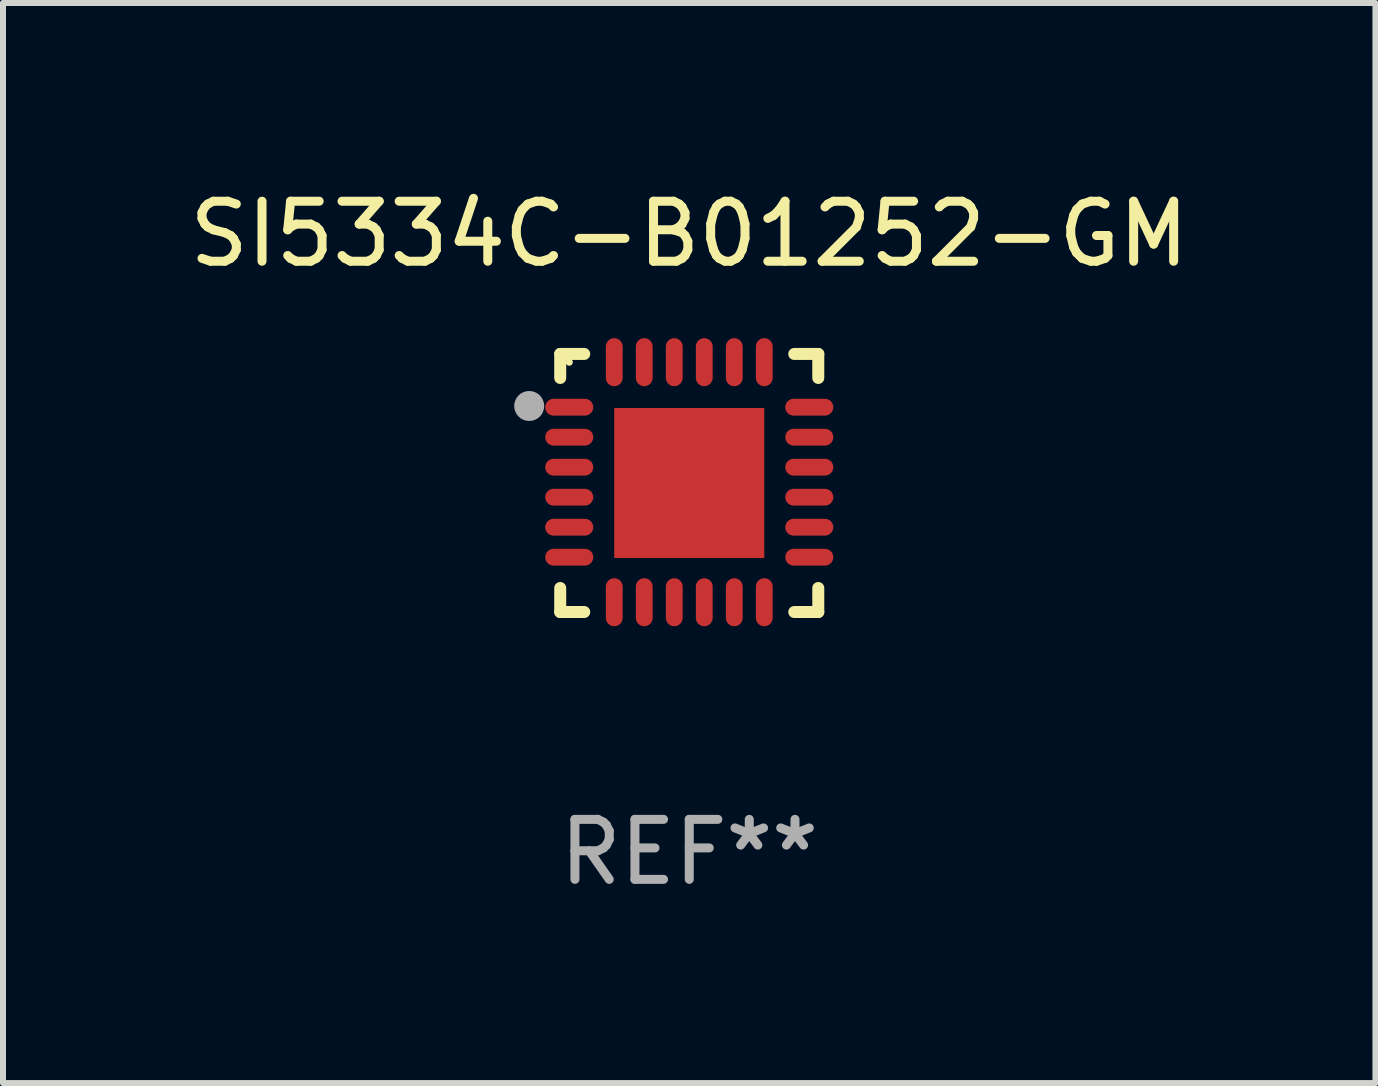
<source format=kicad_pcb>
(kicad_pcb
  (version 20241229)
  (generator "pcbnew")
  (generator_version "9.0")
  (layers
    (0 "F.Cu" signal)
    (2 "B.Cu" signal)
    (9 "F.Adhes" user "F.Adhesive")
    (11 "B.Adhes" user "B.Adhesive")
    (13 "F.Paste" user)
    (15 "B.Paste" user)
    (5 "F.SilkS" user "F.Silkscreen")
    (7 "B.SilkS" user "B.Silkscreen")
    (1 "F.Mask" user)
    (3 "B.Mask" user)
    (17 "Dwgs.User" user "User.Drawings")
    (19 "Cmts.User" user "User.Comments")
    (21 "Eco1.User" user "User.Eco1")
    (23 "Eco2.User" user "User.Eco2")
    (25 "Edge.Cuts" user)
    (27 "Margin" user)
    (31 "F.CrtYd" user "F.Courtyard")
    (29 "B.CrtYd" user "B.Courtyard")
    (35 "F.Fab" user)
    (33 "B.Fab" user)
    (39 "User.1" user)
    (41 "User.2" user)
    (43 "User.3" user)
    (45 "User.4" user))
  (footprint "SI5334C-B01252-GM"
    (layer "F.Cu")
    (at 8.435 4.998)
    (property "Reference" "SI5334C-B01252-GM" (at 0 -4.15 0) (layer "F.SilkS") (effects (font (size 1 1) (thickness 0.15))))
    (attr through_hole)
    (fp_line (start -2.15 -2.15) (end -1.75 -2.15) (stroke (width 0.2) (type solid)) (layer "F.SilkS"))
    (fp_line (start -2.15 -1.75) (end -2.15 -2.15) (stroke (width 0.2) (type solid)) (layer "F.SilkS"))
    (fp_line (start -2.15 2.15) (end -2.15 1.75) (stroke (width 0.2) (type solid)) (layer "F.SilkS"))
    (fp_line (start -1.75 2.15) (end -2.15 2.15) (stroke (width 0.2) (type solid)) (layer "F.SilkS"))
    (fp_line (start 1.75 -2.15) (end 2.15 -2.15) (stroke (width 0.2) (type solid)) (layer "F.SilkS"))
    (fp_line (start 1.75 2.15) (end 2.15 2.15) (stroke (width 0.2) (type solid)) (layer "F.SilkS"))
    (fp_line (start 2.15 -2.15) (end 2.15 -1.75) (stroke (width 0.2) (type solid)) (layer "F.SilkS"))
    (fp_line (start 2.15 2.15) (end 2.15 1.75) (stroke (width 0.2) (type solid)) (layer "F.SilkS"))
    (fp_circle (center -2 -2.013) (end -1.97 -2.013) (stroke (width 0.06) (type solid)) (fill no) (layer "F.SilkS"))
    (fp_circle (center -2.667 -1.283) (end -2.542 -1.283) (stroke (width 0.25) (type solid)) (fill no) (layer "F.Fab"))
    (fp_text user "REF**" (at 0 6.15 0) (layer "F.Fab") (effects (font (size 1 1) (thickness 0.15))))
    (pad "1" smd oval (at -2 -1.263) (size 0.8 0.28) (layers "F.Cu" "F.Mask" "F.Paste"))
    (pad "2" smd oval (at -2 -0.763) (size 0.8 0.28) (layers "F.Cu" "F.Mask" "F.Paste"))
    (pad "3" smd oval (at -2 -0.263) (size 0.8 0.28) (layers "F.Cu" "F.Mask" "F.Paste"))
    (pad "4" smd oval (at -2 0.237) (size 0.8 0.28) (layers "F.Cu" "F.Mask" "F.Paste"))
    (pad "5" smd oval (at -2 0.737) (size 0.8 0.28) (layers "F.Cu" "F.Mask" "F.Paste"))
    (pad "6" smd oval (at -2 1.237) (size 0.8 0.28) (layers "F.Cu" "F.Mask" "F.Paste"))
    (pad "7" smd oval (at -1.25 1.987) (size 0.28 0.8) (layers "F.Cu" "F.Mask" "F.Paste"))
    (pad "8" smd oval (at -0.75 1.987) (size 0.28 0.8) (layers "F.Cu" "F.Mask" "F.Paste"))
    (pad "9" smd oval (at -0.25 1.987) (size 0.28 0.8) (layers "F.Cu" "F.Mask" "F.Paste"))
    (pad "10" smd oval (at 0.25 1.987) (size 0.28 0.8) (layers "F.Cu" "F.Mask" "F.Paste"))
    (pad "11" smd oval (at 0.75 1.987) (size 0.28 0.8) (layers "F.Cu" "F.Mask" "F.Paste"))
    (pad "12" smd oval (at 1.25 1.987) (size 0.28 0.8) (layers "F.Cu" "F.Mask" "F.Paste"))
    (pad "13" smd oval (at 2 1.237) (size 0.8 0.28) (layers "F.Cu" "F.Mask" "F.Paste"))
    (pad "14" smd oval (at 2 0.737) (size 0.8 0.28) (layers "F.Cu" "F.Mask" "F.Paste"))
    (pad "15" smd oval (at 2 0.237) (size 0.8 0.28) (layers "F.Cu" "F.Mask" "F.Paste"))
    (pad "16" smd oval (at 2 -0.263) (size 0.8 0.28) (layers "F.Cu" "F.Mask" "F.Paste"))
    (pad "17" smd oval (at 2 -0.763) (size 0.8 0.28) (layers "F.Cu" "F.Mask" "F.Paste"))
    (pad "18" smd oval (at 2 -1.263) (size 0.8 0.28) (layers "F.Cu" "F.Mask" "F.Paste"))
    (pad "19" smd oval (at 1.25 -2.013) (size 0.28 0.8) (layers "F.Cu" "F.Mask" "F.Paste"))
    (pad "20" smd oval (at 0.75 -2.013) (size 0.28 0.8) (layers "F.Cu" "F.Mask" "F.Paste"))
    (pad "21" smd oval (at 0.25 -2.013) (size 0.28 0.8) (layers "F.Cu" "F.Mask" "F.Paste"))
    (pad "22" smd oval (at -0.25 -2.013) (size 0.28 0.8) (layers "F.Cu" "F.Mask" "F.Paste"))
    (pad "23" smd oval (at -0.75 -2.013) (size 0.28 0.8) (layers "F.Cu" "F.Mask" "F.Paste"))
    (pad "24" smd oval (at -1.25 -2.013) (size 0.28 0.8) (layers "F.Cu" "F.Mask" "F.Paste"))
    (pad "25" smd rect (at -0.000127 -0.00014) (size 2.5 2.5) (layers "F.Cu" "F.Mask" "F.Paste")))
  (gr_rect
    (start -3 -3)
    (end 19.869 14.997)
    (stroke (width 0.1) (type default))
    (fill no)
    (layer "Edge.Cuts")))
</source>
